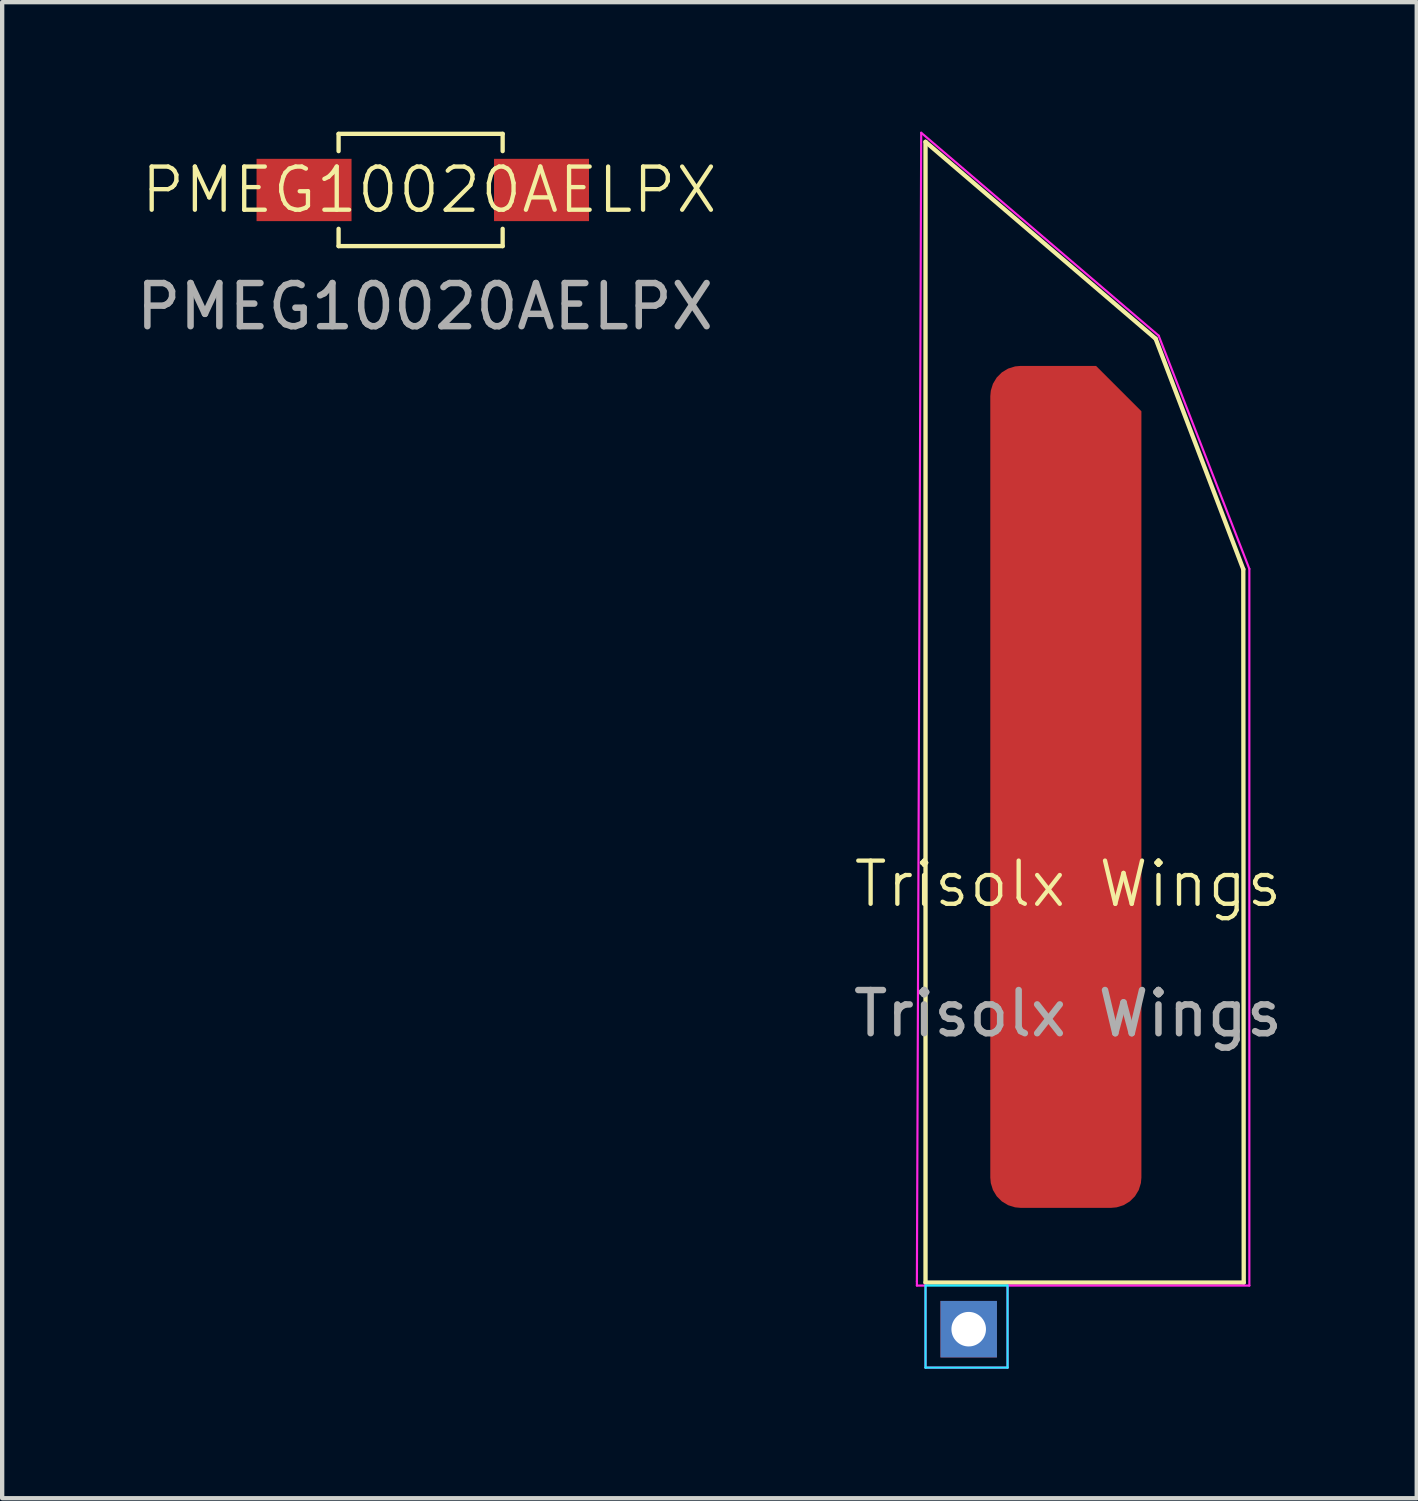
<source format=kicad_pcb>
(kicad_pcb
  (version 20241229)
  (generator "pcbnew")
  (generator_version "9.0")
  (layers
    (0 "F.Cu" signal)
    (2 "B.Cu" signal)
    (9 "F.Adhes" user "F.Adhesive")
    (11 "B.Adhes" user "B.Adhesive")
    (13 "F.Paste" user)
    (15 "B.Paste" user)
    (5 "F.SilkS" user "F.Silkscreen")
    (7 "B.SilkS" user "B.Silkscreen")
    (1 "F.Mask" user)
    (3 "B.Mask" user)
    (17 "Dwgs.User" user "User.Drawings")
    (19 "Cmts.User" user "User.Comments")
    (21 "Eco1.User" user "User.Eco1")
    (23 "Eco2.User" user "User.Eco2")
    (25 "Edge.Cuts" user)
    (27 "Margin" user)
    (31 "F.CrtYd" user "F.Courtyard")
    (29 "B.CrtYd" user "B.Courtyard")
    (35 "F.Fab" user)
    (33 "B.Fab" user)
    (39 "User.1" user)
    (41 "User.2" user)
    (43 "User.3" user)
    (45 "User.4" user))
  (footprint "Trisolx Wings"
    (layer "F.Cu")
    (at 21.686 17.925)
    (property "Reference" "Trisolx Wings" (at 0 -0.5 0) (unlocked yes) (layer "F.SilkS") (effects (font (size 1 1) (thickness 0.1))))
    (attr smd)
    (fp_line (start -3.3 -17.69) (end -3.3 8.73) (stroke (width 0.1) (type default)) (layer "F.SilkS"))
    (fp_line (start -3.3 8.73) (end 4.07 8.73) (stroke (width 0.1) (type default)) (layer "F.SilkS"))
    (fp_line (start 2.03 -13.13) (end -3.3 -17.69) (stroke (width 0.1) (type default)) (layer "F.SilkS"))
    (fp_line (start 4.06 -7.79) (end 2.03 -13.13) (stroke (width 0.1) (type default)) (layer "F.SilkS"))
    (fp_line (start 4.07 8.73) (end 4.06 -7.79) (stroke (width 0.1) (type default)) (layer "F.SilkS"))
    (fp_line (start -3.3 8.8) (end -3.3 10.7) (stroke (width 0.05) (type default)) (layer "B.CrtYd"))
    (fp_line (start -3.3 8.8) (end -1.4 8.8) (stroke (width 0.05) (type default)) (layer "B.CrtYd"))
    (fp_line (start -3.3 10.7) (end -1.4 10.7) (stroke (width 0.05) (type default)) (layer "B.CrtYd"))
    (fp_line (start -1.4 10.7) (end -1.4 8.8) (stroke (width 0.05) (type default)) (layer "B.CrtYd"))
    (fp_line (start -3.5 8.7) (end -3.5 8.8) (stroke (width 0.05) (type default)) (layer "F.CrtYd"))
    (fp_line (start -3.5 8.8) (end -3.3 8.8) (stroke (width 0.05) (type default)) (layer "F.CrtYd"))
    (fp_line (start -3.4 -17.9) (end -3.5 8.7) (stroke (width 0.05) (type default)) (layer "F.CrtYd"))
    (fp_line (start -3.3 8.8) (end -3.3 10.7) (stroke (width 0.05) (type default)) (layer "F.CrtYd"))
    (fp_line (start -3.3 10.7) (end -1.4 10.7) (stroke (width 0.05) (type default)) (layer "F.CrtYd"))
    (fp_line (start -1.4 8.8) (end 4.2 8.8) (stroke (width 0.05) (type default)) (layer "F.CrtYd"))
    (fp_line (start -1.4 10.7) (end -1.4 8.8) (stroke (width 0.05) (type default)) (layer "F.CrtYd"))
    (fp_line (start 2.1 -13.2) (end -3.4 -17.9) (stroke (width 0.05) (type default)) (layer "F.CrtYd"))
    (fp_line (start 4.2 -7.8) (end 2.1 -13.2) (stroke (width 0.05) (type default)) (layer "F.CrtYd"))
    (fp_line (start 4.2 8.8) (end 4.2 -7.8) (stroke (width 0.05) (type default)) (layer "F.CrtYd"))
    (fp_text user "${REFERENCE}" (at 0 2.5 0) (unlocked yes) (layer "F.Fab") (effects (font (size 1 1) (thickness 0.15))))
    (pad "1" smd roundrect (at -0.05 -2.75 270) (size 19.5 3.5) (layers "F.Cu" "F.Mask" "F.Paste") (roundrect_rratio 0.2) (chamfer_ratio 0.3) (chamfer top_left))
    (pad "2" thru_hole rect (at -2.3 9.81 270) (size 1.308 1.308) (drill 0.8) (layers "*.Cu" "*.Mask"))
    (zone (net_name "") (layer "F.Cu") (hatch full 0.5) (connect_pads) (min_thickness 0.25) (filled_areas_thickness no) (keepout (tracks allowed) (vias allowed) (pads allowed) (copperpour not_allowed) (footprints allowed)) (placement (enabled no)) (fill) (polygon (pts (xy 18.286 0.025) (xy 23.786 4.725) (xy 25.886 10.125) (xy 25.886 26.725) (xy 18.386 26.725)))))
  (footprint "PMEG10020AELPX"
    (layer "F.Cu")
    (at 6.792 1.55)
    (property "Reference" "PMEG10020AELPX" (at 0.1 -0.2 0) (unlocked yes) (layer "F.SilkS") (effects (font (size 1 1) (thickness 0.1))))
    (attr smd)
    (fp_line (start -2 -1.5) (end -2 -1.1) (stroke (width 0.1) (type default)) (layer "F.SilkS"))
    (fp_line (start -2 -1.5) (end 1.8 -1.5) (stroke (width 0.1) (type default)) (layer "F.SilkS"))
    (fp_line (start -2 1.1) (end -2 0.7) (stroke (width 0.1) (type default)) (layer "F.SilkS"))
    (fp_line (start -2 1.1) (end 1.8 1.1) (stroke (width 0.1) (type default)) (layer "F.SilkS"))
    (fp_line (start 1.8 -1.5) (end 1.8 -1.1) (stroke (width 0.1) (type default)) (layer "F.SilkS"))
    (fp_line (start 1.8 1.1) (end 1.8 0.7) (stroke (width 0.1) (type default)) (layer "F.SilkS"))
    (fp_text user "${REFERENCE}" (at 0 2.5 0) (unlocked yes) (layer "F.Fab") (effects (font (size 1 1) (thickness 0.15))))
    (pad "1" smd rect (at -2.8 -0.2 90) (size 1.443 2.2) (layers "F.Cu" "F.Mask" "F.Paste"))
    (pad "2" smd rect (at 2.7 -0.2 90) (size 1.443 2.2) (layers "F.Cu" "F.Mask" "F.Paste"))
    (zone (net_name "") (layer "F.Cu") (name "bruh") (hatch edge 0.5) (connect_pads) (min_thickness 0.25) (filled_areas_thickness no) (keepout (tracks not_allowed) (vias not_allowed) (pads not_allowed) (copperpour allowed) (footprints allowed)) (placement (enabled no)) (fill) (polygon (pts (xy 5.292 2.55) (xy 5.292 0.15) (xy 8.192 0.15) (xy 8.192 2.55)))))
  (gr_rect
    (start -3 -3)
    (end 29.763 31.65)
    (stroke (width 0.1) (type default))
    (fill no)
    (layer "Edge.Cuts")))
</source>
